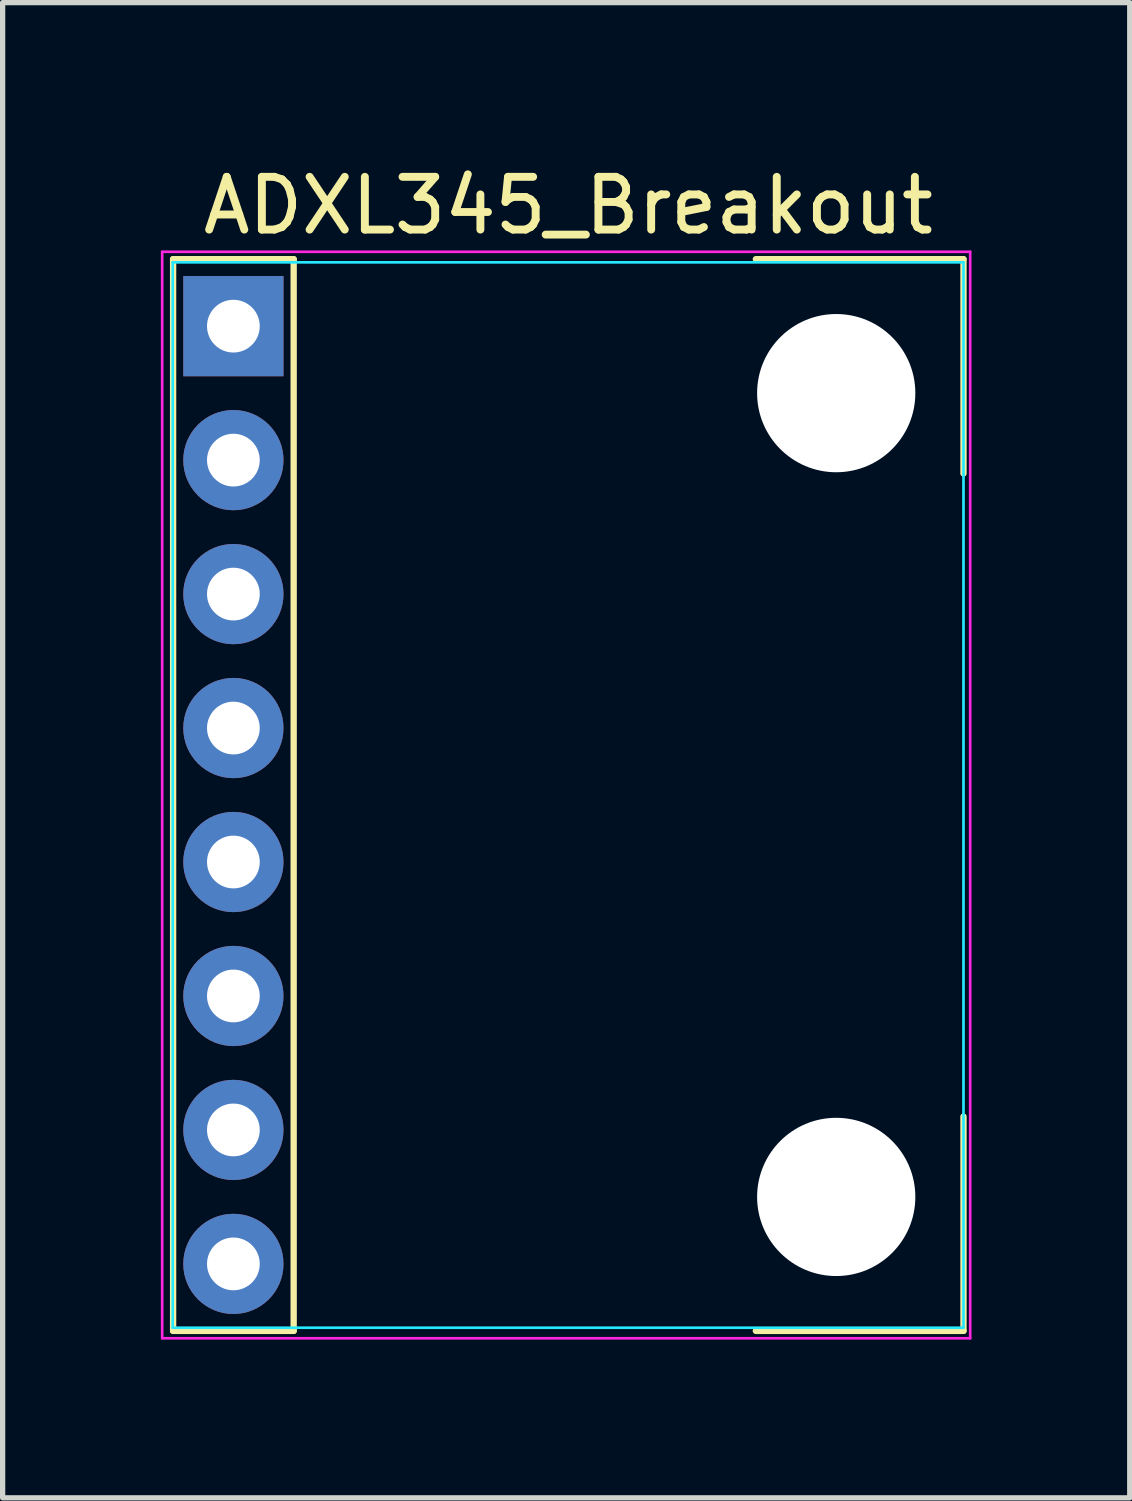
<source format=kicad_pcb>
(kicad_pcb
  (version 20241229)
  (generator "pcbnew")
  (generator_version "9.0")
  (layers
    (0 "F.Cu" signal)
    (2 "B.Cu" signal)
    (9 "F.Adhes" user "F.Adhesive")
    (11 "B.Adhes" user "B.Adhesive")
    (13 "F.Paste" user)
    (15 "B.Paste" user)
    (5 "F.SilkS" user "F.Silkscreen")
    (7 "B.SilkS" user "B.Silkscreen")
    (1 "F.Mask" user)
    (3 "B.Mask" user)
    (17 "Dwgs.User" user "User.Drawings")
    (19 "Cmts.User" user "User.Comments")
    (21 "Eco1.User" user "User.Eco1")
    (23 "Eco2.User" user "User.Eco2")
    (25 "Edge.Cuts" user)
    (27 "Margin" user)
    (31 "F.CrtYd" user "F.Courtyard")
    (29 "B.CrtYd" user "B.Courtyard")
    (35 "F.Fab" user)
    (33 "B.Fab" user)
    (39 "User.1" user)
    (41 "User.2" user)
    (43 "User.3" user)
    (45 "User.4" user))
  (footprint "ADXL345_Breakout"
    (layer "F.Cu")
    (at 7.725 12.024)
    (property "Reference" "ADXL345_Breakout" (at 0 -11.176 0) (layer "F.SilkS") (effects (font (size 1 1) (thickness 0.15))))
    (attr through_hole)
    (fp_line (start -7.493 -10.16) (end -5.207 -10.16) (stroke (width 0.12) (type solid)) (layer "F.SilkS"))
    (fp_line (start -7.493 10.16) (end -7.493 -10.16) (stroke (width 0.12) (type solid)) (layer "F.SilkS"))
    (fp_line (start -5.207 -10.16) (end -5.207 10.16) (stroke (width 0.12) (type solid)) (layer "F.SilkS"))
    (fp_line (start -5.207 10.16) (end -7.493 10.16) (stroke (width 0.12) (type solid)) (layer "F.SilkS"))
    (fp_line (start 3.556 -10.16) (end 7.493 -10.16) (stroke (width 0.12) (type solid)) (layer "F.SilkS"))
    (fp_line (start 3.556 10.16) (end 7.493 10.16) (stroke (width 0.12) (type solid)) (layer "F.SilkS"))
    (fp_line (start 7.493 -6.096) (end 7.493 -10.16) (stroke (width 0.12) (type solid)) (layer "F.SilkS"))
    (fp_line (start 7.493 10.16) (end 7.493 6.096) (stroke (width 0.12) (type solid)) (layer "F.SilkS"))
    (fp_line (start -7.5 -10.1) (end 7.493 -10.1) (stroke (width 0.05) (type solid)) (layer "B.CrtYd"))
    (fp_line (start -7.5 10.1) (end -7.5 -10.1) (stroke (width 0.05) (type solid)) (layer "B.CrtYd"))
    (fp_line (start -7.5 10.1) (end 7.493 10.1) (stroke (width 0.05) (type solid)) (layer "B.CrtYd"))
    (fp_line (start 7.493 10.1) (end 7.493 -10.1) (stroke (width 0.05) (type solid)) (layer "B.CrtYd"))
    (fp_line (start -7.7 -10.3) (end 7.62 -10.3) (stroke (width 0.05) (type solid)) (layer "F.CrtYd"))
    (fp_line (start -7.7 10.3) (end -7.7 -10.3) (stroke (width 0.05) (type solid)) (layer "F.CrtYd"))
    (fp_line (start 7.62 -10.3) (end 7.62 10.3) (stroke (width 0.05) (type solid)) (layer "F.CrtYd"))
    (fp_line (start 7.62 10.3) (end -7.7 10.3) (stroke (width 0.05) (type solid)) (layer "F.CrtYd"))
    (pad "" np_thru_hole circle (at 5.08 -7.62 270) (size 3 3) (drill 3) (layers "*.Cu" "*.Mask"))
    (pad "" np_thru_hole circle (at 5.08 7.62 270) (size 3 3) (drill 3) (layers "*.Cu" "*.Mask"))
    (pad "1" thru_hole rect (at -6.35 -8.89 270) (size 1.9 1.9) (drill 1) (layers "*.Cu" "*.Mask"))
    (pad "2" thru_hole circle (at -6.35 -6.35 270) (size 1.9 1.9) (drill 1) (layers "*.Cu" "*.Mask"))
    (pad "3" thru_hole circle (at -6.35 -3.81 270) (size 1.9 1.9) (drill 1) (layers "*.Cu" "*.Mask"))
    (pad "4" thru_hole circle (at -6.35 -1.27 270) (size 1.9 1.9) (drill 1) (layers "*.Cu" "*.Mask"))
    (pad "5" thru_hole circle (at -6.35 1.27 270) (size 1.9 1.9) (drill 1) (layers "*.Cu" "*.Mask"))
    (pad "6" thru_hole circle (at -6.35 3.81 270) (size 1.9 1.9) (drill 1) (layers "*.Cu" "*.Mask"))
    (pad "7" thru_hole circle (at -6.35 6.35 270) (size 1.9 1.9) (drill 1) (layers "*.Cu" "*.Mask"))
    (pad "8" thru_hole circle (at -6.35 8.89 270) (size 1.9 1.9) (drill 1) (layers "*.Cu" "*.Mask")))
  (gr_rect
    (start -3 -3)
    (end 18.37 25.349)
    (stroke (width 0.1) (type default))
    (fill no)
    (layer "Edge.Cuts")))
</source>
